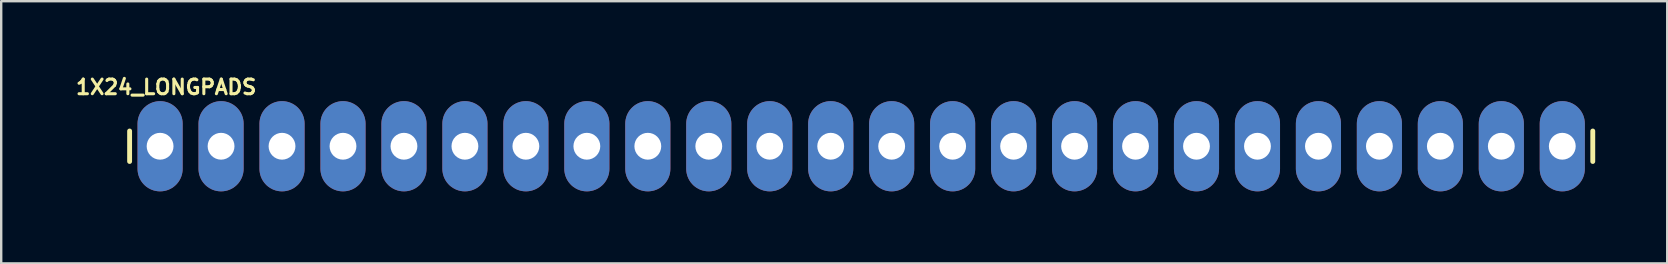
<source format=kicad_pcb>
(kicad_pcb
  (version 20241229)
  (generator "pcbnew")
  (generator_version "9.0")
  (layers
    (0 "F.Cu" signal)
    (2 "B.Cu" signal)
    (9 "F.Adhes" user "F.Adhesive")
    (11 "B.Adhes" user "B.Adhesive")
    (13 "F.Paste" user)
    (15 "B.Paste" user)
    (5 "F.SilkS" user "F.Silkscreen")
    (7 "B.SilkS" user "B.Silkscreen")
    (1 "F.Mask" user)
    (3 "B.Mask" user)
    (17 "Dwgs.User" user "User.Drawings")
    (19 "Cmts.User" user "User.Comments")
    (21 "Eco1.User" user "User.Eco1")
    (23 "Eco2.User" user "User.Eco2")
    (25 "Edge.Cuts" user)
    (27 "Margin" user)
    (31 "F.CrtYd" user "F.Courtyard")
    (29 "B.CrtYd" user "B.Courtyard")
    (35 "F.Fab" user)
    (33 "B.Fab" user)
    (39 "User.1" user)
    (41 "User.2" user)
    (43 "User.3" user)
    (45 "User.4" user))
  (footprint "1X24_LONGPADS"
    (layer "F.Cu")
    (at 30.29 3.043)
    (property "Reference" "1X24_LONGPADS" (at -26.416 -2.464 0) (layer "F.SilkS") (effects (font (size 0.61 0.61) (thickness 0.127))))
    (attr exclude_from_pos_files exclude_from_bom)
    (fp_line (start -27.94 -0.635) (end -27.94 0.635) (stroke (width 0.203) (type solid)) (layer "F.SilkS"))
    (fp_line (start 33.02 -0.635) (end 33.02 0.635) (stroke (width 0.203) (type solid)) (layer "F.SilkS"))
    (fp_line (start -26.924 -0.254) (end -26.416 -0.254) (stroke (width 0.066) (type solid)) (layer "Dwgs.User"))
    (fp_line (start -26.924 0.254) (end -26.924 -0.254) (stroke (width 0.066) (type solid)) (layer "Dwgs.User"))
    (fp_line (start -26.924 0.254) (end -26.416 0.254) (stroke (width 0.066) (type solid)) (layer "Dwgs.User"))
    (fp_line (start -26.416 0.254) (end -26.416 -0.254) (stroke (width 0.066) (type solid)) (layer "Dwgs.User"))
    (fp_line (start -24.384 -0.254) (end -23.876 -0.254) (stroke (width 0.066) (type solid)) (layer "Dwgs.User"))
    (fp_line (start -24.384 0.254) (end -24.384 -0.254) (stroke (width 0.066) (type solid)) (layer "Dwgs.User"))
    (fp_line (start -24.384 0.254) (end -23.876 0.254) (stroke (width 0.066) (type solid)) (layer "Dwgs.User"))
    (fp_line (start -23.876 0.254) (end -23.876 -0.254) (stroke (width 0.066) (type solid)) (layer "Dwgs.User"))
    (fp_line (start -21.844 -0.254) (end -21.336 -0.254) (stroke (width 0.066) (type solid)) (layer "Dwgs.User"))
    (fp_line (start -21.844 0.254) (end -21.844 -0.254) (stroke (width 0.066) (type solid)) (layer "Dwgs.User"))
    (fp_line (start -21.844 0.254) (end -21.336 0.254) (stroke (width 0.066) (type solid)) (layer "Dwgs.User"))
    (fp_line (start -21.336 0.254) (end -21.336 -0.254) (stroke (width 0.066) (type solid)) (layer "Dwgs.User"))
    (fp_line (start -19.304 -0.254) (end -18.796 -0.254) (stroke (width 0.066) (type solid)) (layer "Dwgs.User"))
    (fp_line (start -19.304 0.254) (end -19.304 -0.254) (stroke (width 0.066) (type solid)) (layer "Dwgs.User"))
    (fp_line (start -19.304 0.254) (end -18.796 0.254) (stroke (width 0.066) (type solid)) (layer "Dwgs.User"))
    (fp_line (start -18.796 0.254) (end -18.796 -0.254) (stroke (width 0.066) (type solid)) (layer "Dwgs.User"))
    (fp_line (start -16.764 -0.254) (end -16.256 -0.254) (stroke (width 0.066) (type solid)) (layer "Dwgs.User"))
    (fp_line (start -16.764 0.254) (end -16.764 -0.254) (stroke (width 0.066) (type solid)) (layer "Dwgs.User"))
    (fp_line (start -16.764 0.254) (end -16.256 0.254) (stroke (width 0.066) (type solid)) (layer "Dwgs.User"))
    (fp_line (start -16.256 0.254) (end -16.256 -0.254) (stroke (width 0.066) (type solid)) (layer "Dwgs.User"))
    (fp_line (start -14.224 -0.254) (end -13.716 -0.254) (stroke (width 0.066) (type solid)) (layer "Dwgs.User"))
    (fp_line (start -14.224 0.254) (end -14.224 -0.254) (stroke (width 0.066) (type solid)) (layer "Dwgs.User"))
    (fp_line (start -14.224 0.254) (end -13.716 0.254) (stroke (width 0.066) (type solid)) (layer "Dwgs.User"))
    (fp_line (start -13.716 0.254) (end -13.716 -0.254) (stroke (width 0.066) (type solid)) (layer "Dwgs.User"))
    (fp_line (start -11.684 -0.254) (end -11.176 -0.254) (stroke (width 0.066) (type solid)) (layer "Dwgs.User"))
    (fp_line (start -11.684 0.254) (end -11.684 -0.254) (stroke (width 0.066) (type solid)) (layer "Dwgs.User"))
    (fp_line (start -11.684 0.254) (end -11.176 0.254) (stroke (width 0.066) (type solid)) (layer "Dwgs.User"))
    (fp_line (start -11.176 0.254) (end -11.176 -0.254) (stroke (width 0.066) (type solid)) (layer "Dwgs.User"))
    (fp_line (start -9.144 -0.254) (end -8.636 -0.254) (stroke (width 0.066) (type solid)) (layer "Dwgs.User"))
    (fp_line (start -9.144 0.254) (end -9.144 -0.254) (stroke (width 0.066) (type solid)) (layer "Dwgs.User"))
    (fp_line (start -9.144 0.254) (end -8.636 0.254) (stroke (width 0.066) (type solid)) (layer "Dwgs.User"))
    (fp_line (start -8.636 0.254) (end -8.636 -0.254) (stroke (width 0.066) (type solid)) (layer "Dwgs.User"))
    (fp_line (start -6.604 -0.254) (end -6.096 -0.254) (stroke (width 0.066) (type solid)) (layer "Dwgs.User"))
    (fp_line (start -6.604 0.254) (end -6.604 -0.254) (stroke (width 0.066) (type solid)) (layer "Dwgs.User"))
    (fp_line (start -6.604 0.254) (end -6.096 0.254) (stroke (width 0.066) (type solid)) (layer "Dwgs.User"))
    (fp_line (start -6.096 0.254) (end -6.096 -0.254) (stroke (width 0.066) (type solid)) (layer "Dwgs.User"))
    (fp_line (start -4.064 -0.254) (end -3.556 -0.254) (stroke (width 0.066) (type solid)) (layer "Dwgs.User"))
    (fp_line (start -4.064 0.254) (end -4.064 -0.254) (stroke (width 0.066) (type solid)) (layer "Dwgs.User"))
    (fp_line (start -4.064 0.254) (end -3.556 0.254) (stroke (width 0.066) (type solid)) (layer "Dwgs.User"))
    (fp_line (start -3.556 0.254) (end -3.556 -0.254) (stroke (width 0.066) (type solid)) (layer "Dwgs.User"))
    (fp_line (start -1.524 -0.254) (end -1.016 -0.254) (stroke (width 0.066) (type solid)) (layer "Dwgs.User"))
    (fp_line (start -1.524 0.254) (end -1.524 -0.254) (stroke (width 0.066) (type solid)) (layer "Dwgs.User"))
    (fp_line (start -1.524 0.254) (end -1.016 0.254) (stroke (width 0.066) (type solid)) (layer "Dwgs.User"))
    (fp_line (start -1.016 0.254) (end -1.016 -0.254) (stroke (width 0.066) (type solid)) (layer "Dwgs.User"))
    (fp_line (start 1.016 -0.254) (end 1.524 -0.254) (stroke (width 0.066) (type solid)) (layer "Dwgs.User"))
    (fp_line (start 1.016 0.254) (end 1.016 -0.254) (stroke (width 0.066) (type solid)) (layer "Dwgs.User"))
    (fp_line (start 1.016 0.254) (end 1.524 0.254) (stroke (width 0.066) (type solid)) (layer "Dwgs.User"))
    (fp_line (start 1.524 0.254) (end 1.524 -0.254) (stroke (width 0.066) (type solid)) (layer "Dwgs.User"))
    (fp_line (start 3.556 -0.254) (end 4.064 -0.254) (stroke (width 0.066) (type solid)) (layer "Dwgs.User"))
    (fp_line (start 3.556 0.254) (end 3.556 -0.254) (stroke (width 0.066) (type solid)) (layer "Dwgs.User"))
    (fp_line (start 3.556 0.254) (end 4.064 0.254) (stroke (width 0.066) (type solid)) (layer "Dwgs.User"))
    (fp_line (start 4.064 0.254) (end 4.064 -0.254) (stroke (width 0.066) (type solid)) (layer "Dwgs.User"))
    (fp_line (start 6.096 -0.254) (end 6.604 -0.254) (stroke (width 0.066) (type solid)) (layer "Dwgs.User"))
    (fp_line (start 6.096 0.254) (end 6.096 -0.254) (stroke (width 0.066) (type solid)) (layer "Dwgs.User"))
    (fp_line (start 6.096 0.254) (end 6.604 0.254) (stroke (width 0.066) (type solid)) (layer "Dwgs.User"))
    (fp_line (start 6.604 0.254) (end 6.604 -0.254) (stroke (width 0.066) (type solid)) (layer "Dwgs.User"))
    (fp_line (start 8.636 -0.254) (end 9.144 -0.254) (stroke (width 0.066) (type solid)) (layer "Dwgs.User"))
    (fp_line (start 8.636 0.254) (end 8.636 -0.254) (stroke (width 0.066) (type solid)) (layer "Dwgs.User"))
    (fp_line (start 8.636 0.254) (end 9.144 0.254) (stroke (width 0.066) (type solid)) (layer "Dwgs.User"))
    (fp_line (start 9.144 0.254) (end 9.144 -0.254) (stroke (width 0.066) (type solid)) (layer "Dwgs.User"))
    (fp_line (start 11.176 -0.254) (end 11.684 -0.254) (stroke (width 0.066) (type solid)) (layer "Dwgs.User"))
    (fp_line (start 11.176 0.254) (end 11.176 -0.254) (stroke (width 0.066) (type solid)) (layer "Dwgs.User"))
    (fp_line (start 11.176 0.254) (end 11.684 0.254) (stroke (width 0.066) (type solid)) (layer "Dwgs.User"))
    (fp_line (start 11.684 0.254) (end 11.684 -0.254) (stroke (width 0.066) (type solid)) (layer "Dwgs.User"))
    (fp_line (start 13.716 -0.254) (end 14.224 -0.254) (stroke (width 0.066) (type solid)) (layer "Dwgs.User"))
    (fp_line (start 13.716 0.254) (end 13.716 -0.254) (stroke (width 0.066) (type solid)) (layer "Dwgs.User"))
    (fp_line (start 13.716 0.254) (end 14.224 0.254) (stroke (width 0.066) (type solid)) (layer "Dwgs.User"))
    (fp_line (start 14.224 0.254) (end 14.224 -0.254) (stroke (width 0.066) (type solid)) (layer "Dwgs.User"))
    (fp_line (start 16.256 -0.254) (end 16.764 -0.254) (stroke (width 0.066) (type solid)) (layer "Dwgs.User"))
    (fp_line (start 16.256 0.254) (end 16.256 -0.254) (stroke (width 0.066) (type solid)) (layer "Dwgs.User"))
    (fp_line (start 16.256 0.254) (end 16.764 0.254) (stroke (width 0.066) (type solid)) (layer "Dwgs.User"))
    (fp_line (start 16.764 0.254) (end 16.764 -0.254) (stroke (width 0.066) (type solid)) (layer "Dwgs.User"))
    (fp_line (start 18.796 -0.254) (end 19.304 -0.254) (stroke (width 0.066) (type solid)) (layer "Dwgs.User"))
    (fp_line (start 18.796 0.254) (end 18.796 -0.254) (stroke (width 0.066) (type solid)) (layer "Dwgs.User"))
    (fp_line (start 18.796 0.254) (end 19.304 0.254) (stroke (width 0.066) (type solid)) (layer "Dwgs.User"))
    (fp_line (start 19.304 0.254) (end 19.304 -0.254) (stroke (width 0.066) (type solid)) (layer "Dwgs.User"))
    (fp_line (start 21.336 -0.254) (end 21.844 -0.254) (stroke (width 0.066) (type solid)) (layer "Dwgs.User"))
    (fp_line (start 21.336 0.254) (end 21.336 -0.254) (stroke (width 0.066) (type solid)) (layer "Dwgs.User"))
    (fp_line (start 21.336 0.254) (end 21.844 0.254) (stroke (width 0.066) (type solid)) (layer "Dwgs.User"))
    (fp_line (start 21.844 0.254) (end 21.844 -0.254) (stroke (width 0.066) (type solid)) (layer "Dwgs.User"))
    (fp_line (start 23.876 -0.254) (end 24.384 -0.254) (stroke (width 0.066) (type solid)) (layer "Dwgs.User"))
    (fp_line (start 23.876 0.254) (end 23.876 -0.254) (stroke (width 0.066) (type solid)) (layer "Dwgs.User"))
    (fp_line (start 23.876 0.254) (end 24.384 0.254) (stroke (width 0.066) (type solid)) (layer "Dwgs.User"))
    (fp_line (start 24.384 0.254) (end 24.384 -0.254) (stroke (width 0.066) (type solid)) (layer "Dwgs.User"))
    (fp_line (start 26.416 -0.254) (end 26.924 -0.254) (stroke (width 0.066) (type solid)) (layer "Dwgs.User"))
    (fp_line (start 26.416 0.254) (end 26.416 -0.254) (stroke (width 0.066) (type solid)) (layer "Dwgs.User"))
    (fp_line (start 26.416 0.254) (end 26.924 0.254) (stroke (width 0.066) (type solid)) (layer "Dwgs.User"))
    (fp_line (start 26.924 0.254) (end 26.924 -0.254) (stroke (width 0.066) (type solid)) (layer "Dwgs.User"))
    (fp_line (start 28.953 -0.254) (end 29.464 -0.254) (stroke (width 0.066) (type solid)) (layer "Dwgs.User"))
    (fp_line (start 28.953 0.254) (end 28.953 -0.254) (stroke (width 0.066) (type solid)) (layer "Dwgs.User"))
    (fp_line (start 28.953 0.254) (end 29.464 0.254) (stroke (width 0.066) (type solid)) (layer "Dwgs.User"))
    (fp_line (start 29.464 0.254) (end 29.464 -0.254) (stroke (width 0.066) (type solid)) (layer "Dwgs.User"))
    (fp_line (start 31.496 -0.254) (end 32.004 -0.254) (stroke (width 0.066) (type solid)) (layer "Dwgs.User"))
    (fp_line (start 31.496 0.254) (end 31.496 -0.254) (stroke (width 0.066) (type solid)) (layer "Dwgs.User"))
    (fp_line (start 31.496 0.254) (end 32.004 0.254) (stroke (width 0.066) (type solid)) (layer "Dwgs.User"))
    (fp_line (start 32.004 0.254) (end 32.004 -0.254) (stroke (width 0.066) (type solid)) (layer "Dwgs.User"))
    (pad "2" thru_hole oval (at -26.67 0 180) (size 1.88 3.759) (drill 1.118) (layers "*.Cu" "*.Paste" "*.Mask"))
    (pad "3" thru_hole oval (at -24.13 0 180) (size 1.88 3.759) (drill 1.118) (layers "*.Cu" "*.Paste" "*.Mask"))
    (pad "4" thru_hole oval (at -21.59 0 180) (size 1.88 3.759) (drill 1.118) (layers "*.Cu" "*.Paste" "*.Mask"))
    (pad "5" thru_hole oval (at -19.05 0 180) (size 1.88 3.759) (drill 1.118) (layers "*.Cu" "*.Paste" "*.Mask"))
    (pad "6" thru_hole oval (at -16.51 0 180) (size 1.88 3.759) (drill 1.118) (layers "*.Cu" "*.Paste" "*.Mask"))
    (pad "7" thru_hole oval (at -13.97 0 180) (size 1.88 3.759) (drill 1.118) (layers "*.Cu" "*.Paste" "*.Mask"))
    (pad "8" thru_hole oval (at -11.43 0 180) (size 1.88 3.759) (drill 1.118) (layers "*.Cu" "*.Paste" "*.Mask"))
    (pad "9" thru_hole oval (at -8.89 0 180) (size 1.88 3.759) (drill 1.118) (layers "*.Cu" "*.Paste" "*.Mask"))
    (pad "10" thru_hole oval (at -6.35 0 180) (size 1.88 3.759) (drill 1.118) (layers "*.Cu" "*.Paste" "*.Mask"))
    (pad "11" thru_hole oval (at -3.81 0 180) (size 1.88 3.759) (drill 1.118) (layers "*.Cu" "*.Paste" "*.Mask"))
    (pad "12" thru_hole oval (at -1.27 0 180) (size 1.88 3.759) (drill 1.118) (layers "*.Cu" "*.Paste" "*.Mask"))
    (pad "13" thru_hole oval (at 1.27 0 180) (size 1.88 3.759) (drill 1.118) (layers "*.Cu" "*.Paste" "*.Mask"))
    (pad "14" thru_hole oval (at 3.81 0 180) (size 1.88 3.759) (drill 1.118) (layers "*.Cu" "*.Paste" "*.Mask"))
    (pad "15" thru_hole oval (at 6.35 0 180) (size 1.88 3.759) (drill 1.118) (layers "*.Cu" "*.Paste" "*.Mask"))
    (pad "16" thru_hole oval (at 8.89 0 180) (size 1.88 3.759) (drill 1.118) (layers "*.Cu" "*.Paste" "*.Mask"))
    (pad "17" thru_hole oval (at 11.43 0 180) (size 1.88 3.759) (drill 1.118) (layers "*.Cu" "*.Paste" "*.Mask"))
    (pad "18" thru_hole oval (at 13.97 0 180) (size 1.88 3.759) (drill 1.118) (layers "*.Cu" "*.Paste" "*.Mask"))
    (pad "19" thru_hole oval (at 16.51 0 180) (size 1.88 3.759) (drill 1.118) (layers "*.Cu" "*.Paste" "*.Mask"))
    (pad "20" thru_hole oval (at 19.05 0 180) (size 1.88 3.759) (drill 1.118) (layers "*.Cu" "*.Paste" "*.Mask"))
    (pad "21" thru_hole oval (at 21.59 0 180) (size 1.88 3.759) (drill 1.118) (layers "*.Cu" "*.Paste" "*.Mask"))
    (pad "22" thru_hole oval (at 24.13 0 180) (size 1.88 3.759) (drill 1.118) (layers "*.Cu" "*.Paste" "*.Mask"))
    (pad "23" thru_hole oval (at 26.67 0 180) (size 1.88 3.759) (drill 1.118) (layers "*.Cu" "*.Paste" "*.Mask"))
    (pad "24" thru_hole oval (at 29.21 0 180) (size 1.88 3.759) (drill 1.118) (layers "*.Cu" "*.Paste" "*.Mask"))
    (pad "25" thru_hole oval (at 31.75 0 180) (size 1.88 3.759) (drill 1.118) (layers "*.Cu" "*.Paste" "*.Mask")))
  (gr_rect
    (start -3 -3)
    (end 66.412 7.923)
    (stroke (width 0.1) (type default))
    (fill no)
    (layer "Edge.Cuts")))
</source>
